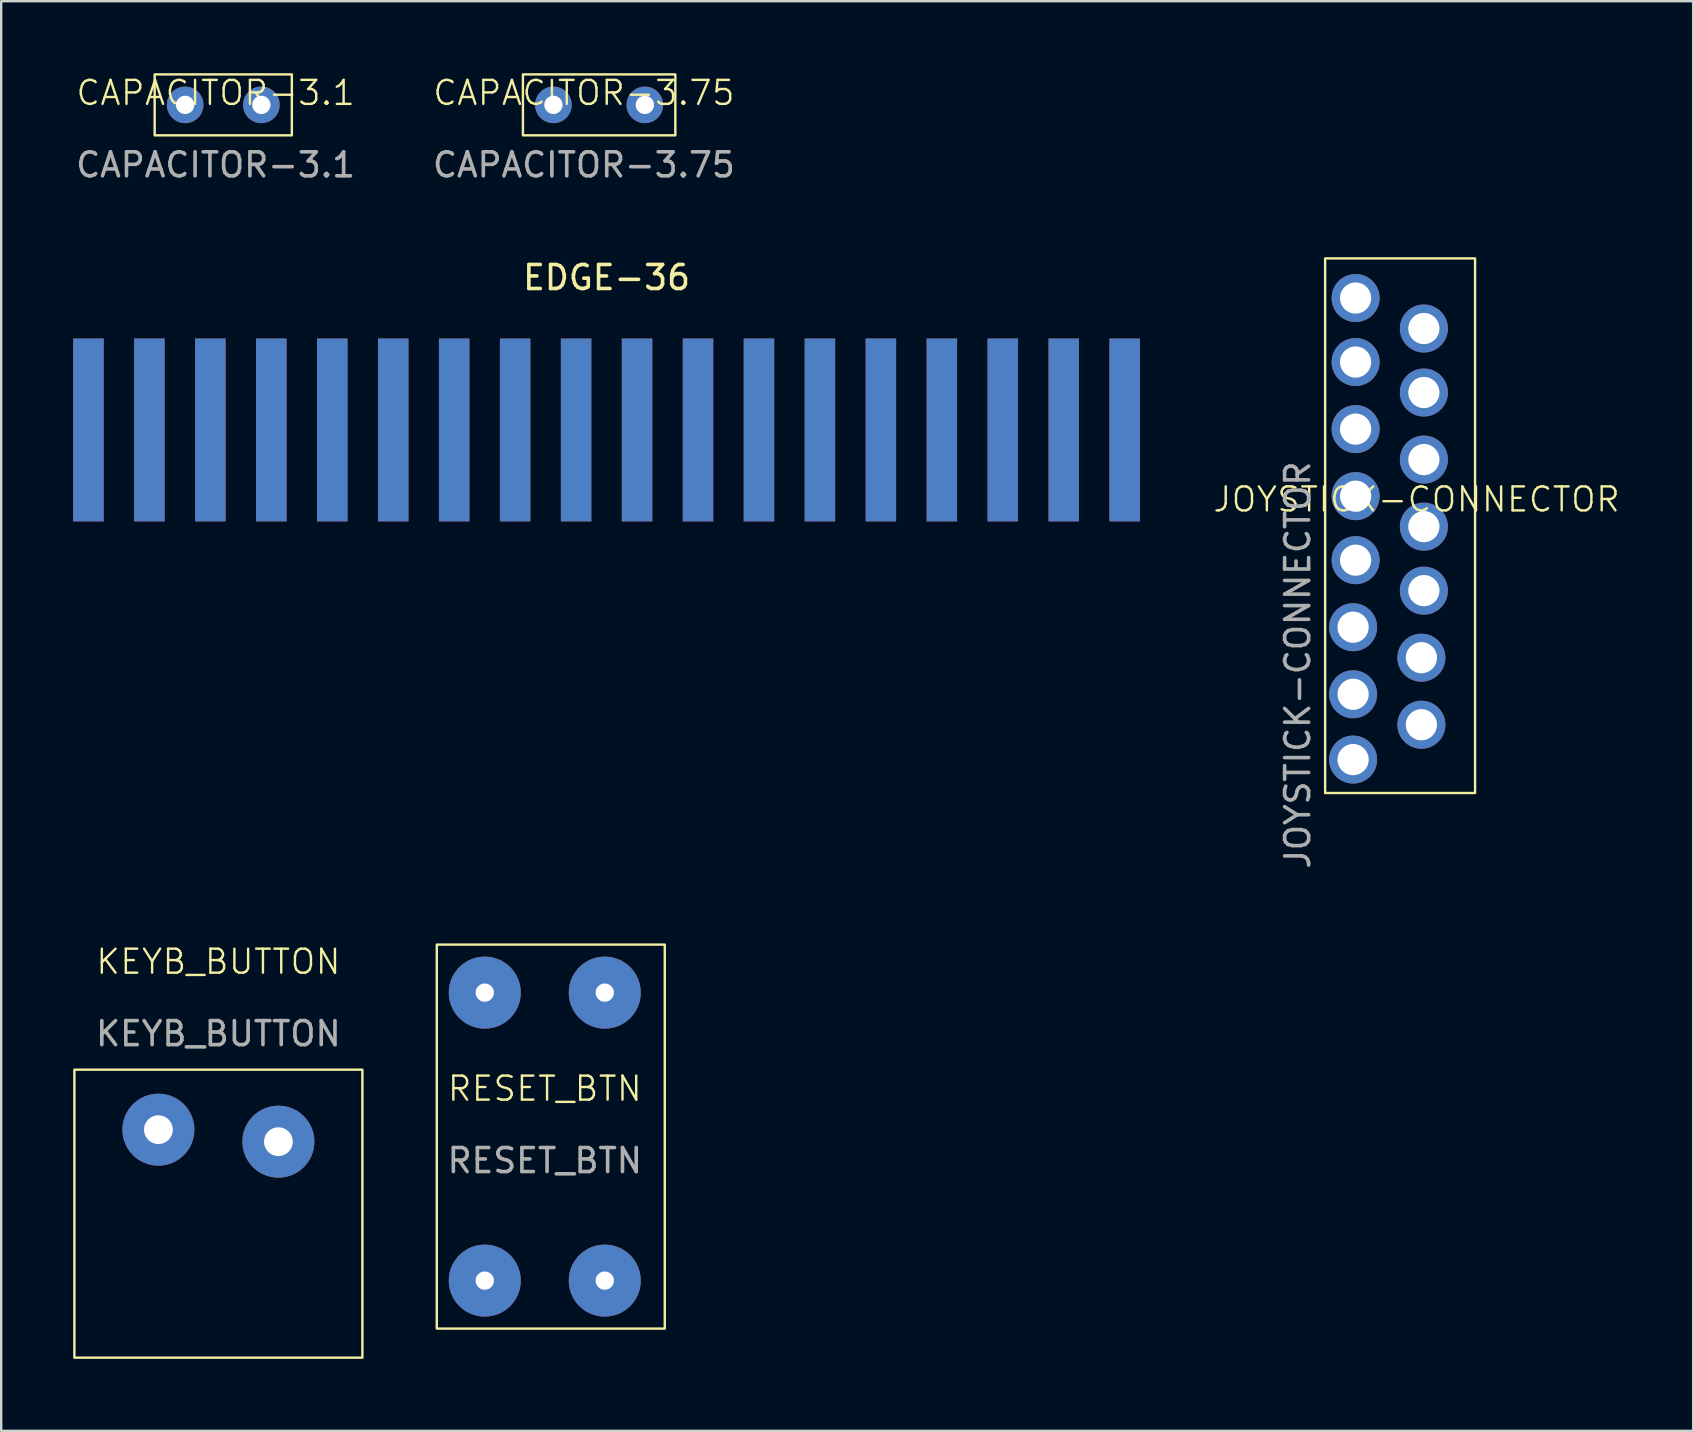
<source format=kicad_pcb>
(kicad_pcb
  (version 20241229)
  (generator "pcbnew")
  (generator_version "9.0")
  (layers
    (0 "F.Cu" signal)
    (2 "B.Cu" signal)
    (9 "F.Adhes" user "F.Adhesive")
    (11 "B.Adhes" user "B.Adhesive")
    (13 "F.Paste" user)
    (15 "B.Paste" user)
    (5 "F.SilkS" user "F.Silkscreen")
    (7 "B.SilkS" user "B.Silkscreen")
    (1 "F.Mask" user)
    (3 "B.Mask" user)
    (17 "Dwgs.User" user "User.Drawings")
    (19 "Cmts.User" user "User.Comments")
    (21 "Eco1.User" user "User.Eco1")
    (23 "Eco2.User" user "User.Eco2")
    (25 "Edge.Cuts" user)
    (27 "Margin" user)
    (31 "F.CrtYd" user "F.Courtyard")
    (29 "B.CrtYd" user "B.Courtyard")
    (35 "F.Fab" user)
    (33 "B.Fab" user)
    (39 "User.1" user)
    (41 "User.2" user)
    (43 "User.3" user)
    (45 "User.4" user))
  (footprint "CAPACITOR-3.75"
    (layer "F.Cu")
    (at 21.28 1.32)
    (property "Reference" "CAPACITOR-3.75" (at 0 -0.5 0) (unlocked yes) (layer "F.SilkS") (effects (font (size 1 1) (thickness 0.1))))
    (attr through_hole)
    (fp_rect (start -2.54 -1.27) (end 3.81 1.27) (stroke (width 0.1) (type default)) (fill no) (layer "F.SilkS"))
    (fp_text user "${REFERENCE}" (at 0 2.5 0) (unlocked yes) (layer "F.Fab") (effects (font (size 1 1) (thickness 0.15))))
    (pad "1" thru_hole circle (at -1.27 0) (size 1.524 1.524) (drill 0.762) (layers "*.Cu" "*.Mask"))
    (pad "2" thru_hole circle (at 2.54 0) (size 1.524 1.524) (drill 0.762) (layers "*.Cu" "*.Mask")))
  (footprint "JOYSTICK-CONNECTOR"
    (layer "F.Cu")
    (at 55.976 18.259)
    (property "Reference" "JOYSTICK-CONNECTOR" (at 0 -0.5 0) (unlocked yes) (layer "F.SilkS") (effects (font (size 1 1) (thickness 0.1))))
    (attr through_hole)
    (fp_rect (start -3.81 -10.541) (end 2.438 11.735) (stroke (width 0.1) (type default)) (fill no) (layer "F.SilkS"))
    (fp_text user "${REFERENCE}" (at -4.953 6.401 90) (unlocked yes) (layer "F.Fab") (effects (font (size 1 1) (thickness 0.15))))
    (pad "1" thru_hole circle (at -2.644 10.342) (size 2 2) (drill 1.3) (layers "*.Cu" "*.Mask"))
    (pad "2" thru_hole circle (at -2.644 7.62) (size 2 2) (drill 1.3) (layers "*.Cu" "*.Mask"))
    (pad "3" thru_hole circle (at -2.644 4.826) (size 2 2) (drill 1.3) (layers "*.Cu" "*.Mask"))
    (pad "4" thru_hole circle (at -2.54 2.032) (size 2 2) (drill 1.3) (layers "*.Cu" "*.Mask"))
    (pad "5" thru_hole circle (at -2.54 -0.635) (size 2 2) (drill 1.3) (layers "*.Cu" "*.Mask"))
    (pad "6" thru_hole circle (at -2.54 -3.429) (size 2 2) (drill 1.3) (layers "*.Cu" "*.Mask"))
    (pad "7" thru_hole circle (at -2.54 -6.223) (size 2 2) (drill 1.3) (layers "*.Cu" "*.Mask"))
    (pad "8" thru_hole circle (at -2.54 -8.89) (size 2 2) (drill 1.3) (layers "*.Cu" "*.Mask"))
    (pad "9" thru_hole circle (at 0.201 8.89) (size 2 2) (drill 1.3) (layers "*.Cu" "*.Mask"))
    (pad "10" thru_hole circle (at 0.201 6.096) (size 2 2) (drill 1.3) (layers "*.Cu" "*.Mask"))
    (pad "11" thru_hole circle (at 0.305 3.302) (size 2 2) (drill 1.3) (layers "*.Cu" "*.Mask"))
    (pad "12" thru_hole circle (at 0.305 0.635) (size 2 2) (drill 1.3) (layers "*.Cu" "*.Mask"))
    (pad "13" thru_hole circle (at 0.305 -2.159) (size 2 2) (drill 1.3) (layers "*.Cu" "*.Mask"))
    (pad "14" thru_hole circle (at 0.305 -4.953) (size 2 2) (drill 1.3) (layers "*.Cu" "*.Mask"))
    (pad "15" thru_hole circle (at 0.305 -7.62) (size 2 2) (drill 1.3) (layers "*.Cu" "*.Mask")))
  (footprint "KEYB_BUTTON"
    (layer "F.Cu")
    (at 6.05 44.522)
    (property "Reference" "KEYB_BUTTON" (at 0 -7.5 0) (unlocked yes) (layer "F.SilkS") (effects (font (size 1 1) (thickness 0.1))))
    (attr through_hole)
    (fp_rect (start -6 -3) (end 6 9) (stroke (width 0.1) (type default)) (fill no) (layer "F.SilkS"))
    (fp_text user "${REFERENCE}" (at 0 -4.5 0) (unlocked yes) (layer "F.Fab") (effects (font (size 1 1) (thickness 0.15))))
    (pad "1" thru_hole circle (at -2.5 -0.5) (size 3 3) (drill 1.2) (layers "*.Cu" "*.Mask"))
    (pad "2" thru_hole circle (at 2.5 0) (size 3 3) (drill 1.2) (layers "*.Cu" "*.Mask")))
  (footprint "RESET_BTN"
    (layer "F.Cu")
    (at 19.65 45.311)
    (property "Reference" "RESET_BTN" (at 0 -3 0) (unlocked yes) (layer "F.SilkS") (effects (font (size 1 1) (thickness 0.1))))
    (attr through_hole)
    (fp_rect (start -4.5 -9) (end 5 7) (stroke (width 0.1) (type default)) (fill no) (layer "F.SilkS"))
    (fp_text user "${REFERENCE}" (at 0 0 0) (unlocked yes) (layer "F.Fab") (effects (font (size 1 1) (thickness 0.15))))
    (pad "1" thru_hole circle (at -2.5 -7) (size 3 3) (drill 0.762) (layers "*.Cu" "*.Mask"))
    (pad "1" thru_hole circle (at -2.5 5) (size 3 3) (drill 0.762) (layers "*.Cu" "*.Mask"))
    (pad "2" thru_hole circle (at 2.5 -7) (size 3 3) (drill 0.762) (layers "*.Cu" "*.Mask"))
    (pad "2" thru_hole circle (at 2.5 5) (size 3 3) (drill 0.762) (layers "*.Cu" "*.Mask")))
  (footprint "EDGE-36"
    (layer "F.Cu")
    (at 22.225 11.056)
    (property "Reference" "EDGE-36" (at 0 -2.54 0) (layer "F.SilkS") (effects (font (size 1 1) (thickness 0.15))))
    (attr through_hole)
    (pad "a1" connect rect (at -21.59 3.81 90) (size 7.62 1.27) (layers "F.Cu" "F.Mask"))
    (pad "a2" connect rect (at -19.05 3.81 90) (size 7.62 1.27) (layers "F.Cu" "F.Mask"))
    (pad "a3" connect rect (at -16.51 3.81 90) (size 7.62 1.27) (layers "F.Cu" "F.Mask"))
    (pad "a4" connect rect (at -13.97 3.81 90) (size 7.62 1.27) (layers "F.Cu" "F.Mask"))
    (pad "a5" connect rect (at -11.43 3.81 90) (size 7.62 1.27) (layers "F.Cu" "F.Mask"))
    (pad "a6" connect rect (at -8.89 3.81 90) (size 7.62 1.27) (layers "F.Cu" "F.Mask"))
    (pad "a7" connect rect (at -6.35 3.81 90) (size 7.62 1.27) (layers "F.Cu" "F.Mask"))
    (pad "a8" connect rect (at -3.81 3.81 90) (size 7.62 1.27) (layers "F.Cu" "F.Mask"))
    (pad "a9" connect rect (at -1.27 3.81 90) (size 7.62 1.27) (layers "F.Cu" "F.Mask"))
    (pad "a10" connect rect (at 1.27 3.81 90) (size 7.62 1.27) (layers "F.Cu" "F.Mask"))
    (pad "a11" connect rect (at 3.81 3.81 90) (size 7.62 1.27) (layers "F.Cu" "F.Mask"))
    (pad "a12" connect rect (at 6.35 3.81 90) (size 7.62 1.27) (layers "F.Cu" "F.Mask"))
    (pad "a13" connect rect (at 8.89 3.81 90) (size 7.62 1.27) (layers "F.Cu" "F.Mask"))
    (pad "a14" connect rect (at 11.43 3.81 90) (size 7.62 1.27) (layers "F.Cu" "F.Mask"))
    (pad "a15" connect rect (at 13.97 3.81 90) (size 7.62 1.27) (layers "F.Cu" "F.Mask"))
    (pad "a16" connect rect (at 16.51 3.81 90) (size 7.62 1.27) (layers "F.Cu" "F.Mask"))
    (pad "a17" connect rect (at 19.05 3.81 90) (size 7.62 1.27) (layers "F.Cu" "F.Mask"))
    (pad "a18" connect rect (at 21.59 3.81 90) (size 7.62 1.27) (layers "F.Cu" "F.Mask"))
    (pad "b1" connect rect (at -21.59 3.81 90) (size 7.62 1.27) (layers "B.Cu" "B.Mask"))
    (pad "b2" connect rect (at -19.05 3.81 90) (size 7.62 1.27) (layers "B.Cu" "B.Mask"))
    (pad "b3" connect rect (at -16.51 3.81 90) (size 7.62 1.27) (layers "B.Cu" "B.Mask"))
    (pad "b4" connect rect (at -13.97 3.81 90) (size 7.62 1.27) (layers "B.Cu" "B.Mask"))
    (pad "b5" connect rect (at -11.43 3.81 90) (size 7.62 1.27) (layers "B.Cu" "B.Mask"))
    (pad "b6" connect rect (at -8.89 3.81 90) (size 7.62 1.27) (layers "B.Cu" "B.Mask"))
    (pad "b7" connect rect (at -6.35 3.81 90) (size 7.62 1.27) (layers "B.Cu" "B.Mask"))
    (pad "b8" connect rect (at -3.81 3.81 90) (size 7.62 1.27) (layers "B.Cu" "B.Mask"))
    (pad "b9" connect rect (at -1.27 3.81 90) (size 7.62 1.27) (layers "B.Cu" "B.Mask"))
    (pad "b10" connect rect (at 1.27 3.81 90) (size 7.62 1.27) (layers "B.Cu" "B.Mask"))
    (pad "b11" connect rect (at 3.81 3.81 90) (size 7.62 1.27) (layers "B.Cu" "B.Mask"))
    (pad "b12" connect rect (at 6.35 3.81 90) (size 7.62 1.27) (layers "B.Cu" "B.Mask"))
    (pad "b13" connect rect (at 8.89 3.81 90) (size 7.62 1.27) (layers "B.Cu" "B.Mask"))
    (pad "b14" connect rect (at 11.43 3.81 90) (size 7.62 1.27) (layers "B.Cu" "B.Mask"))
    (pad "b15" connect rect (at 13.97 3.81 90) (size 7.62 1.27) (layers "B.Cu" "B.Mask"))
    (pad "b16" connect rect (at 16.51 3.81 90) (size 7.62 1.27) (layers "B.Cu" "B.Mask"))
    (pad "b17" connect rect (at 19.05 3.81 90) (size 7.62 1.27) (layers "B.Cu" "B.Mask"))
    (pad "b18" connect rect (at 21.59 3.81 90) (size 7.62 1.27) (layers "B.Cu" "B.Mask")))
  (footprint "CAPACITOR-3.1"
    (layer "F.Cu")
    (at 5.935 1.32)
    (property "Reference" "CAPACITOR-3.1" (at 0 -0.5 0) (unlocked yes) (layer "F.SilkS") (effects (font (size 1 1) (thickness 0.1))))
    (attr through_hole)
    (fp_rect (start -2.54 -1.27) (end 3.175 1.27) (stroke (width 0.1) (type default)) (fill no) (layer "F.SilkS"))
    (fp_text user "${REFERENCE}" (at 0 2.5 0) (unlocked yes) (layer "F.Fab") (effects (font (size 1 1) (thickness 0.15))))
    (pad "1" thru_hole circle (at -1.27 0) (size 1.524 1.524) (drill 0.762) (layers "*.Cu" "*.Mask"))
    (pad "2" thru_hole circle (at 1.905 0) (size 1.524 1.524) (drill 0.762) (layers "*.Cu" "*.Mask")))
  (gr_rect
    (start -3 -3)
    (end 67.502 56.572)
    (stroke (width 0.1) (type default))
    (fill no)
    (layer "Edge.Cuts")))
</source>
